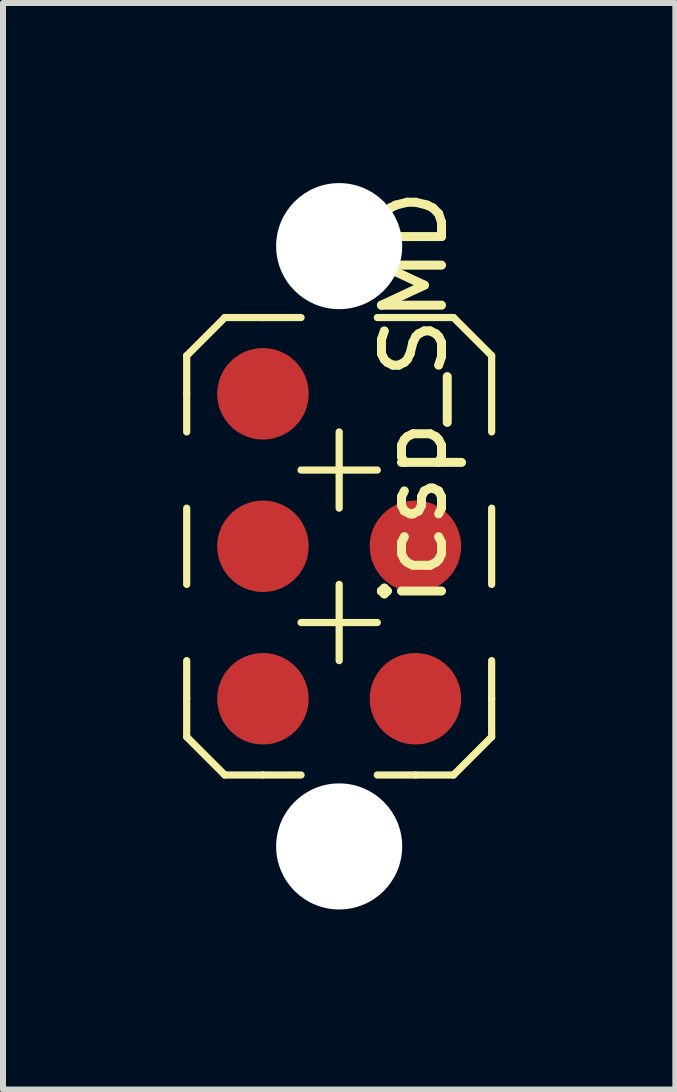
<source format=kicad_pcb>
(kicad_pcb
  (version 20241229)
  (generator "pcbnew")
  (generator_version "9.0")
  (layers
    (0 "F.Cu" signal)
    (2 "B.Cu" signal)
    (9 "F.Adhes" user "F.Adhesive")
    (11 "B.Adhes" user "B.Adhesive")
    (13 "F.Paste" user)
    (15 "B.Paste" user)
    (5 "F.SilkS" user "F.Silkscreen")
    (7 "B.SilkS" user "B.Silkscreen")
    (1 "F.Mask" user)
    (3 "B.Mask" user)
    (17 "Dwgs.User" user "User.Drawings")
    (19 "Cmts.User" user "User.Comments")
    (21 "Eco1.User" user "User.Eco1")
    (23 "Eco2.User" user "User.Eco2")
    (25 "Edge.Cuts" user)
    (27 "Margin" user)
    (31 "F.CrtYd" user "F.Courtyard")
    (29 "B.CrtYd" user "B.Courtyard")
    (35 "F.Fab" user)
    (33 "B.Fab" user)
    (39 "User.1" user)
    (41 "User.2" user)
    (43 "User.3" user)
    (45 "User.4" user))
  (footprint "icsp_SMD"
    (layer "F.Cu")
    (at 2.6 6.05)
    (property "Reference" "icsp_SMD" (at 1.25 -2.469 90) (layer "F.SilkS") (effects (font (size 1 1) (thickness 0.15))))
    (attr through_hole)
    (fp_line (start -2.54 -3.175) (end -2.54 -2.54) (stroke (width 0.12) (type solid)) (layer "F.SilkS"))
    (fp_line (start -2.54 -2.54) (end -2.54 -1.905) (stroke (width 0.12) (type solid)) (layer "F.SilkS"))
    (fp_line (start -2.54 -0.635) (end -2.54 0.635) (stroke (width 0.12) (type solid)) (layer "F.SilkS"))
    (fp_line (start -2.54 2.54) (end -2.54 1.905) (stroke (width 0.12) (type solid)) (layer "F.SilkS"))
    (fp_line (start -2.54 2.54) (end -2.54 3.175) (stroke (width 0.12) (type solid)) (layer "F.SilkS"))
    (fp_line (start -2.54 3.175) (end -1.905 3.81) (stroke (width 0.12) (type solid)) (layer "F.SilkS"))
    (fp_line (start -1.905 -3.81) (end -2.54 -3.175) (stroke (width 0.12) (type solid)) (layer "F.SilkS"))
    (fp_line (start -1.905 3.81) (end -1.27 3.81) (stroke (width 0.12) (type solid)) (layer "F.SilkS"))
    (fp_line (start -1.27 -3.81) (end -1.905 -3.81) (stroke (width 0.12) (type solid)) (layer "F.SilkS"))
    (fp_line (start -1.27 -3.81) (end -0.635 -3.81) (stroke (width 0.12) (type solid)) (layer "F.SilkS"))
    (fp_line (start -1.27 3.81) (end -0.635 3.81) (stroke (width 0.12) (type solid)) (layer "F.SilkS"))
    (fp_line (start -0.635 -1.27) (end 0.635 -1.27) (stroke (width 0.12) (type solid)) (layer "F.SilkS"))
    (fp_line (start -0.635 1.27) (end 0.635 1.27) (stroke (width 0.12) (type solid)) (layer "F.SilkS"))
    (fp_line (start 0 -1.905) (end 0 -1.27) (stroke (width 0.12) (type solid)) (layer "F.SilkS"))
    (fp_line (start 0 -1.27) (end 0 -0.635) (stroke (width 0.12) (type solid)) (layer "F.SilkS"))
    (fp_line (start 0 0.635) (end 0 1.905) (stroke (width 0.12) (type solid)) (layer "F.SilkS"))
    (fp_line (start 1.27 -3.81) (end 0.635 -3.81) (stroke (width 0.12) (type solid)) (layer "F.SilkS"))
    (fp_line (start 1.27 -3.81) (end 1.905 -3.81) (stroke (width 0.12) (type solid)) (layer "F.SilkS"))
    (fp_line (start 1.27 3.81) (end 0.635 3.81) (stroke (width 0.12) (type solid)) (layer "F.SilkS"))
    (fp_line (start 1.27 3.81) (end 1.905 3.81) (stroke (width 0.12) (type solid)) (layer "F.SilkS"))
    (fp_line (start 1.905 -3.81) (end 2.54 -3.175) (stroke (width 0.12) (type solid)) (layer "F.SilkS"))
    (fp_line (start 1.905 3.81) (end 2.54 3.175) (stroke (width 0.12) (type solid)) (layer "F.SilkS"))
    (fp_line (start 2.54 -3.175) (end 2.54 -1.905) (stroke (width 0.12) (type solid)) (layer "F.SilkS"))
    (fp_line (start 2.54 0.635) (end 2.54 -0.635) (stroke (width 0.12) (type solid)) (layer "F.SilkS"))
    (fp_line (start 2.54 2.54) (end 2.54 1.905) (stroke (width 0.12) (type solid)) (layer "F.SilkS"))
    (fp_line (start 2.54 3.175) (end 2.54 2.54) (stroke (width 0.12) (type solid)) (layer "F.SilkS"))
    (pad "" np_thru_hole circle (at 0 -5) (size 2.1 2.1) (drill 2.1) (layers "*.Cu" "*.Mask"))
    (pad "" np_thru_hole circle (at 0 5) (size 2.1 2.1) (drill 2.1) (layers "*.Cu" "*.Mask"))
    (pad "1" smd circle (at -1.27 -2.54) (size 1.524 1.524) (layers "F.Cu" "F.Mask" "F.Paste"))
    (pad "2" smd circle (at -1.27 0) (size 1.524 1.524) (layers "F.Cu" "F.Mask" "F.Paste"))
    (pad "3" smd circle (at -1.27 2.54) (size 1.524 1.524) (layers "F.Cu" "F.Mask" "F.Paste"))
    (pad "4" smd circle (at 1.27 2.54) (size 1.524 1.524) (layers "F.Cu" "F.Mask" "F.Paste"))
    (pad "5" smd circle (at 1.27 0) (size 1.524 1.524) (layers "F.Cu" "F.Mask" "F.Paste")))
  (gr_rect
    (start -3 -3)
    (end 8.2 15.1)
    (stroke (width 0.1) (type default))
    (fill no)
    (layer "Edge.Cuts")))
</source>
